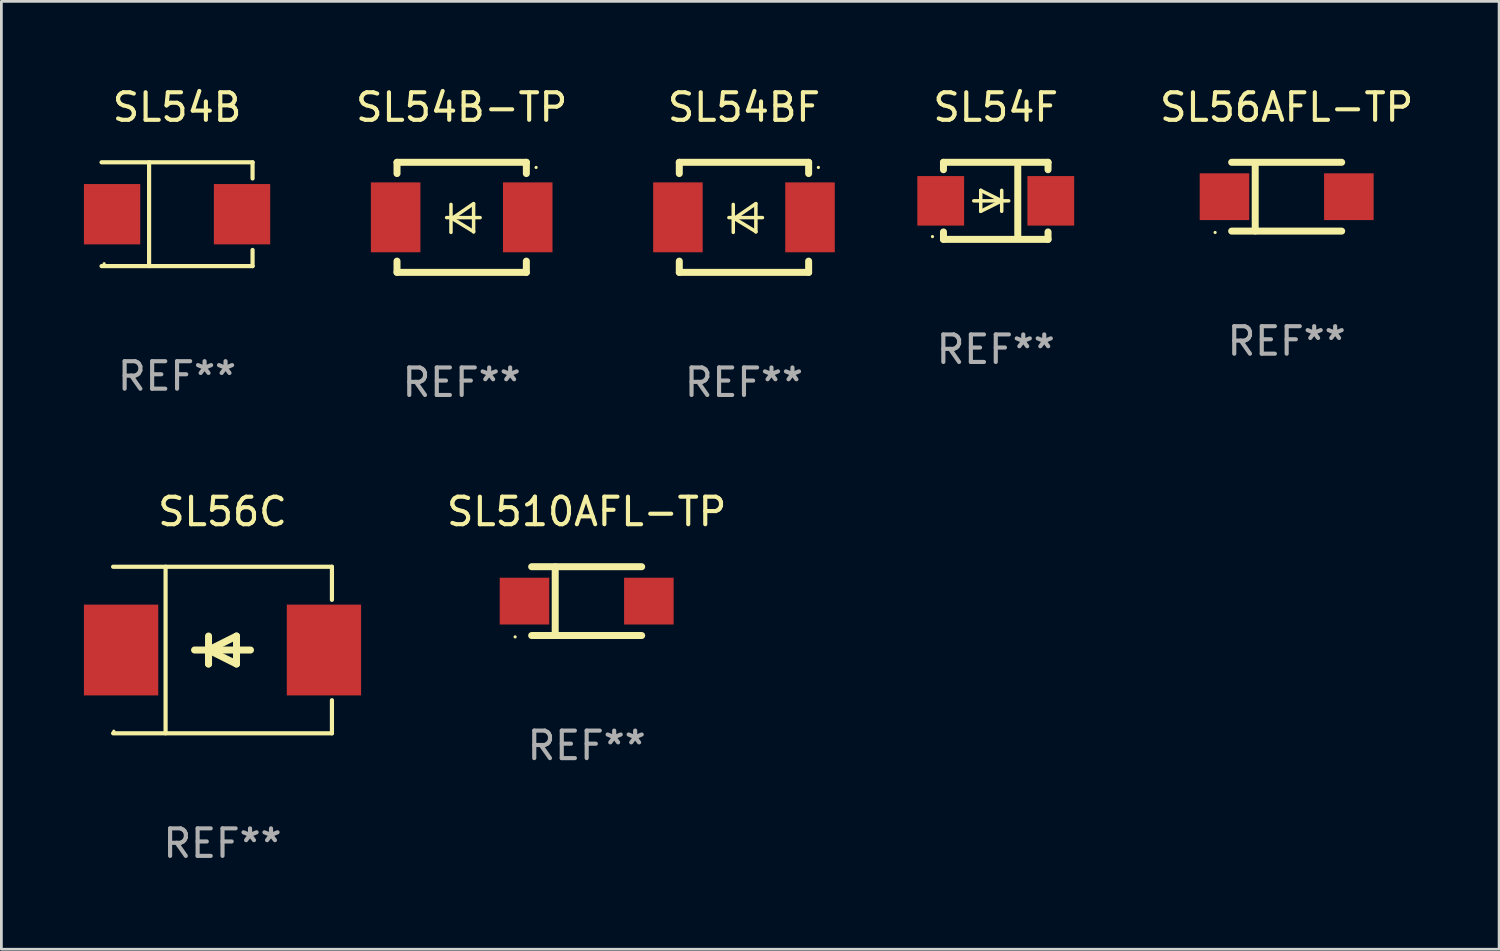
<source format=kicad_pcb>
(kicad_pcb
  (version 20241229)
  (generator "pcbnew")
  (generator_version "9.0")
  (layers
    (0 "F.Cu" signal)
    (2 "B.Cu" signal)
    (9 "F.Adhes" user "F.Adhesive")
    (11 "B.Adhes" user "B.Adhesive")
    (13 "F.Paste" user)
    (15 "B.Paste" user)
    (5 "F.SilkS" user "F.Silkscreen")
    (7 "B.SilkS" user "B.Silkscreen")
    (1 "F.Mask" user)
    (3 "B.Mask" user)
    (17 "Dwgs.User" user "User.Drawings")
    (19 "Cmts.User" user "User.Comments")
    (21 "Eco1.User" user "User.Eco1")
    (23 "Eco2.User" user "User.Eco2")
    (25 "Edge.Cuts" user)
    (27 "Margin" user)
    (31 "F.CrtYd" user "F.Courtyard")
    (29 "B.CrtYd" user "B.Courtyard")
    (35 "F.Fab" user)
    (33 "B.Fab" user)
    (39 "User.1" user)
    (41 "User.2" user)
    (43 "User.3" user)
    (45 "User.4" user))
  (footprint "SL54BF"
    (layer "F.Cu")
    (at 23.985 4.848)
    (property "Reference" "SL54BF" (at 0 -4 0) (layer "F.SilkS") (effects (font (size 1 1) (thickness 0.15))))
    (attr through_hole)
    (fp_line (start -2.35 -2) (end -2.35 -1.591) (stroke (width 0.254) (type solid)) (layer "F.SilkS"))
    (fp_line (start -2.35 -2) (end 2.35 -2) (stroke (width 0.254) (type solid)) (layer "F.SilkS"))
    (fp_line (start -2.35 1.591) (end -2.35 2) (stroke (width 0.254) (type solid)) (layer "F.SilkS"))
    (fp_line (start -2.35 2) (end 2.35 2) (stroke (width 0.254) (type solid)) (layer "F.SilkS"))
    (fp_line (start -0.548 0.01) (end 0.671 0.01) (stroke (width 0.127) (type solid)) (layer "F.SilkS"))
    (fp_line (start -0.389 -0.47) (end -0.389 0.546) (stroke (width 0.127) (type solid)) (layer "F.SilkS"))
    (fp_line (start -0.35 0.04) (end 0.433 0.52) (stroke (width 0.127) (type solid)) (layer "F.SilkS"))
    (fp_line (start 0.433 -0.5) (end -0.35 0.04) (stroke (width 0.127) (type solid)) (layer "F.SilkS"))
    (fp_line (start 0.433 0.53) (end 0.433 -0.486) (stroke (width 0.127) (type solid)) (layer "F.SilkS"))
    (fp_line (start 2.35 -2) (end 2.35 -1.591) (stroke (width 0.254) (type solid)) (layer "F.SilkS"))
    (fp_line (start 2.35 1.591) (end 2.35 2) (stroke (width 0.254) (type solid)) (layer "F.SilkS"))
    (fp_circle (center 2.704 -1.813) (end 2.734 -1.813) (stroke (width 0.06) (type solid)) (fill no) (layer "F.SilkS"))
    (fp_text user "REF**" (at 0 6 0) (layer "F.Fab") (effects (font (size 1 1) (thickness 0.15))))
    (pad "1" smd rect (at 2.4 0) (size 1.8 2.54) (layers "F.Cu" "F.Mask" "F.Paste"))
    (pad "2" smd rect (at -2.4 0) (size 1.8 2.54) (layers "F.Cu" "F.Mask" "F.Paste")))
  (footprint "SL54B"
    (layer "F.Cu")
    (at 3.384 4.734)
    (property "Reference" "SL54B" (at 0 -3.886 0) (layer "F.SilkS") (effects (font (size 1 1) (thickness 0.15))))
    (attr through_hole)
    (fp_line (start -2.744 -1.886) (end 2.744 -1.886) (stroke (width 0.152) (type solid)) (layer "F.SilkS"))
    (fp_line (start -2.744 1.886) (end 2.744 1.886) (stroke (width 0.152) (type solid)) (layer "F.SilkS"))
    (fp_line (start -1.016 -1.886) (end -1.016 1.886) (stroke (width 0.152) (type solid)) (layer "F.SilkS"))
    (fp_line (start 2.744 -1.886) (end 2.744 -1.299) (stroke (width 0.152) (type solid)) (layer "F.SilkS"))
    (fp_line (start 2.744 1.886) (end 2.744 1.299) (stroke (width 0.152) (type solid)) (layer "F.SilkS"))
    (fp_circle (center -2.65 1.8) (end -2.62 1.8) (stroke (width 0.06) (type solid)) (fill no) (layer "F.SilkS"))
    (fp_text user "REF**" (at 0 5.886 0) (layer "F.Fab") (effects (font (size 1 1) (thickness 0.15))))
    (pad "1" smd rect (at -2.361 0) (size 2.047 2.192) (layers "F.Cu" "F.Mask" "F.Paste"))
    (pad "2" smd rect (at 2.361 0) (size 2.047 2.192) (layers "F.Cu" "F.Mask" "F.Paste")))
  (footprint "SL510AFL-TP"
    (layer "F.Cu")
    (at 18.269 18.794)
    (property "Reference" "SL510AFL-TP" (at 0 -3.25 0) (layer "F.SilkS") (effects (font (size 1 1) (thickness 0.15))))
    (attr through_hole)
    (fp_line (start -1.999 -1.25) (end 1.999 -1.25) (stroke (width 0.254) (type solid)) (layer "F.SilkS"))
    (fp_line (start -1.143 -1.245) (end -1.143 1.245) (stroke (width 0.254) (type solid)) (layer "F.SilkS"))
    (fp_line (start 1.999 1.25) (end -1.999 1.25) (stroke (width 0.254) (type solid)) (layer "F.SilkS"))
    (fp_circle (center -2.6 1.3) (end -2.57 1.3) (stroke (width 0.06) (type solid)) (fill no) (layer "F.SilkS"))
    (fp_text user "REF**" (at 0 5.25 0) (layer "F.Fab") (effects (font (size 1 1) (thickness 0.15))))
    (pad "1" smd rect (at -2.26 0) (size 1.8 1.7) (layers "F.Cu" "F.Mask" "F.Paste"))
    (pad "2" smd rect (at 2.26 0) (size 1.8 1.7) (layers "F.Cu" "F.Mask" "F.Paste")))
  (footprint "SL56AFL-TP"
    (layer "F.Cu")
    (at 43.706 4.098)
    (property "Reference" "SL56AFL-TP" (at 0 -3.25 0) (layer "F.SilkS") (effects (font (size 1 1) (thickness 0.15))))
    (attr through_hole)
    (fp_line (start -1.999 -1.25) (end 1.999 -1.25) (stroke (width 0.254) (type solid)) (layer "F.SilkS"))
    (fp_line (start -1.143 -1.245) (end -1.143 1.245) (stroke (width 0.254) (type solid)) (layer "F.SilkS"))
    (fp_line (start 1.999 1.25) (end -1.999 1.25) (stroke (width 0.254) (type solid)) (layer "F.SilkS"))
    (fp_circle (center -2.6 1.3) (end -2.57 1.3) (stroke (width 0.06) (type solid)) (fill no) (layer "F.SilkS"))
    (fp_text user "REF**" (at 0 5.25 0) (layer "F.Fab") (effects (font (size 1 1) (thickness 0.15))))
    (pad "1" smd rect (at -2.26 0) (size 1.8 1.7) (layers "F.Cu" "F.Mask" "F.Paste"))
    (pad "2" smd rect (at 2.26 0) (size 1.8 1.7) (layers "F.Cu" "F.Mask" "F.Paste")))
  (footprint "SL54F"
    (layer "F.Cu")
    (at 33.135 4.248)
    (property "Reference" "SL54F" (at 0 -3.4 0) (layer "F.SilkS") (effects (font (size 1 1) (thickness 0.15))))
    (attr through_hole)
    (fp_line (start -1.9 -1.4) (end -1.9 -1.131) (stroke (width 0.254) (type solid)) (layer "F.SilkS"))
    (fp_line (start -1.9 -1.4) (end 1.9 -1.4) (stroke (width 0.254) (type solid)) (layer "F.SilkS"))
    (fp_line (start -1.9 1.131) (end -1.9 1.4) (stroke (width 0.254) (type solid)) (layer "F.SilkS"))
    (fp_line (start -1.9 1.4) (end 1.9 1.4) (stroke (width 0.254) (type solid)) (layer "F.SilkS"))
    (fp_line (start -0.8 0) (end 0.47 0) (stroke (width 0.127) (type solid)) (layer "F.SilkS"))
    (fp_line (start -0.546 -0.381) (end 0.216 0) (stroke (width 0.127) (type solid)) (layer "F.SilkS"))
    (fp_line (start -0.546 0) (end -0.546 -0.381) (stroke (width 0.127) (type solid)) (layer "F.SilkS"))
    (fp_line (start -0.546 0) (end -0.546 0.381) (stroke (width 0.127) (type solid)) (layer "F.SilkS"))
    (fp_line (start -0.546 0.381) (end 0.216 0) (stroke (width 0.127) (type solid)) (layer "F.SilkS"))
    (fp_line (start 0.216 0) (end 0.216 -0.381) (stroke (width 0.127) (type solid)) (layer "F.SilkS"))
    (fp_line (start 0.216 0) (end 0.216 0.381) (stroke (width 0.127) (type solid)) (layer "F.SilkS"))
    (fp_line (start 0.8 1.25) (end 0.8 -1.25) (stroke (width 0.254) (type solid)) (layer "F.SilkS"))
    (fp_line (start 1.9 -1.4) (end 1.9 -1.131) (stroke (width 0.254) (type solid)) (layer "F.SilkS"))
    (fp_line (start 1.9 1.131) (end 1.9 1.4) (stroke (width 0.254) (type solid)) (layer "F.SilkS"))
    (fp_circle (center -2.3 1.3) (end -2.27 1.3) (stroke (width 0.06) (type solid)) (fill no) (layer "F.SilkS"))
    (fp_text user "REF**" (at 0 5.4 0) (layer "F.Fab") (effects (font (size 1 1) (thickness 0.15))))
    (pad "1" smd rect (at -2 -0.000025 180) (size 1.7 1.8) (layers "F.Cu" "F.Mask" "F.Paste"))
    (pad "2" smd rect (at 2 -0.000025 180) (size 1.7 1.8) (layers "F.Cu" "F.Mask" "F.Paste")))
  (footprint "SL54B-TP"
    (layer "F.Cu")
    (at 13.727 4.848)
    (property "Reference" "SL54B-TP" (at 0 -4 0) (layer "F.SilkS") (effects (font (size 1 1) (thickness 0.15))))
    (attr through_hole)
    (fp_line (start -2.35 -2) (end -2.35 -1.591) (stroke (width 0.254) (type solid)) (layer "F.SilkS"))
    (fp_line (start -2.35 -2) (end 2.35 -2) (stroke (width 0.254) (type solid)) (layer "F.SilkS"))
    (fp_line (start -2.35 1.591) (end -2.35 2) (stroke (width 0.254) (type solid)) (layer "F.SilkS"))
    (fp_line (start -2.35 2) (end 2.35 2) (stroke (width 0.254) (type solid)) (layer "F.SilkS"))
    (fp_line (start -0.548 0.01) (end 0.671 0.01) (stroke (width 0.127) (type solid)) (layer "F.SilkS"))
    (fp_line (start -0.389 -0.47) (end -0.389 0.546) (stroke (width 0.127) (type solid)) (layer "F.SilkS"))
    (fp_line (start -0.35 0.04) (end 0.433 0.52) (stroke (width 0.127) (type solid)) (layer "F.SilkS"))
    (fp_line (start 0.433 -0.5) (end -0.35 0.04) (stroke (width 0.127) (type solid)) (layer "F.SilkS"))
    (fp_line (start 0.433 0.53) (end 0.433 -0.486) (stroke (width 0.127) (type solid)) (layer "F.SilkS"))
    (fp_line (start 2.35 -2) (end 2.35 -1.591) (stroke (width 0.254) (type solid)) (layer "F.SilkS"))
    (fp_line (start 2.35 1.591) (end 2.35 2) (stroke (width 0.254) (type solid)) (layer "F.SilkS"))
    (fp_circle (center 2.704 -1.813) (end 2.734 -1.813) (stroke (width 0.06) (type solid)) (fill no) (layer "F.SilkS"))
    (fp_text user "REF**" (at 0 6 0) (layer "F.Fab") (effects (font (size 1 1) (thickness 0.15))))
    (pad "1" smd rect (at 2.4 0) (size 1.8 2.54) (layers "F.Cu" "F.Mask" "F.Paste"))
    (pad "2" smd rect (at -2.4 0) (size 1.8 2.54) (layers "F.Cu" "F.Mask" "F.Paste")))
  (footprint "SL56C"
    (layer "F.Cu")
    (at 5.036 20.571)
    (property "Reference" "SL56C" (at 0 -5.026 0) (layer "F.SilkS") (effects (font (size 1 1) (thickness 0.15))))
    (attr through_hole)
    (fp_line (start -3.976 -3.026) (end 3.976 -3.026) (stroke (width 0.152) (type solid)) (layer "F.SilkS"))
    (fp_line (start -3.976 3.026) (end 3.976 3.026) (stroke (width 0.152) (type solid)) (layer "F.SilkS"))
    (fp_line (start -2.069 -3.026) (end -2.069 3.026) (stroke (width 0.152) (type solid)) (layer "F.SilkS"))
    (fp_line (start -0.508 0) (end -0.508 0.508) (stroke (width 0.254) (type solid)) (layer "F.SilkS"))
    (fp_line (start -0.508 0) (end 0.508 0.508) (stroke (width 0.254) (type solid)) (layer "F.SilkS"))
    (fp_line (start -0.508 0.508) (end -0.508 -0.508) (stroke (width 0.254) (type solid)) (layer "F.SilkS"))
    (fp_line (start 0.508 -0.508) (end -0.508 0) (stroke (width 0.254) (type solid)) (layer "F.SilkS"))
    (fp_line (start 0.508 0.508) (end 0.508 -0.508) (stroke (width 0.254) (type solid)) (layer "F.SilkS"))
    (fp_line (start 1.016 0) (end -1.016 0) (stroke (width 0.254) (type solid)) (layer "F.SilkS"))
    (fp_line (start 3.976 -3.026) (end 3.976 -1.823) (stroke (width 0.152) (type solid)) (layer "F.SilkS"))
    (fp_line (start 3.976 3.026) (end 3.976 1.823) (stroke (width 0.152) (type solid)) (layer "F.SilkS"))
    (fp_circle (center -3.95 2.95) (end -3.92 2.95) (stroke (width 0.06) (type solid)) (fill no) (layer "F.SilkS"))
    (fp_text user "REF**" (at 0 7.026 0) (layer "F.Fab") (effects (font (size 1 1) (thickness 0.15))))
    (pad "1" smd rect (at -3.686 0) (size 2.7 3.3) (layers "F.Cu" "F.Mask" "F.Paste"))
    (pad "2" smd rect (at 3.686 0) (size 2.7 3.3) (layers "F.Cu" "F.Mask" "F.Paste")))
  (gr_rect
    (start -3 -3)
    (end 51.426 31.445)
    (stroke (width 0.1) (type default))
    (fill no)
    (layer "Edge.Cuts")))
</source>
